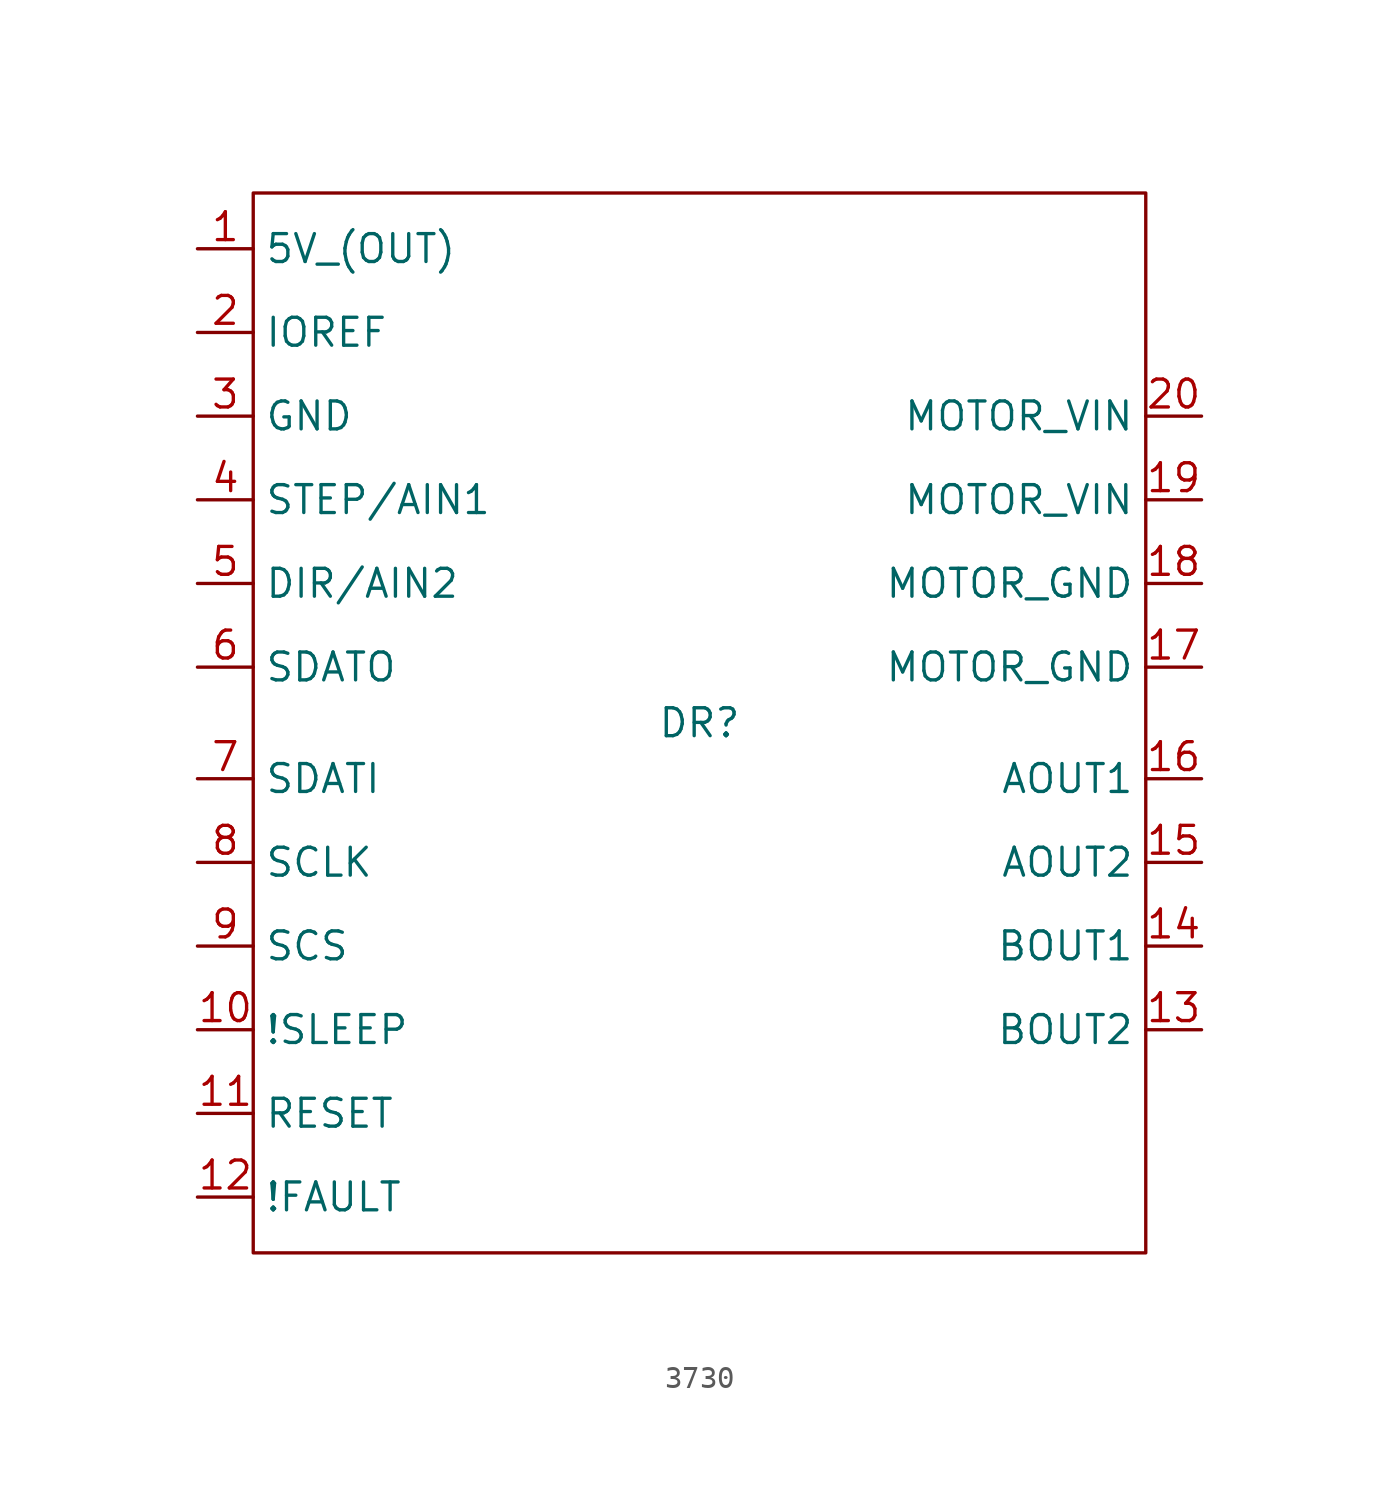
<source format=kicad_sym>
(kicad_symbol_lib
  (version 20220914)
  (generator kicad_symbol_editor)
  (symbol "3730"
    (property "Reference" "DR"
      (at 0 0 0)
      (effects (font (size 1.27 1.27))))
    (property "Value" ""
      (at 0 0 0)
      (effects (font (size 1.27 1.27))))
    (symbol "3730_0_1"
      (rectangle (start -20.32 24.13) (end 20.32 -24.13) (stroke (width 0) (type default)) (fill (type none))))
    (symbol "3730_1_1"
      (pin input line (at -22.86 21.59 0) (length 2.54) (name "5V_(OUT)" (effects (font (size 1.27 1.27)))) (number "1" (effects (font (size 1.27 1.27)))))
      (pin input line (at -22.86 -13.97 0) (length 2.54) (name "!SLEEP" (effects (font (size 1.27 1.27)))) (number "10" (effects (font (size 1.27 1.27)))))
      (pin input line (at -22.86 -17.78 0) (length 2.54) (name "RESET" (effects (font (size 1.27 1.27)))) (number "11" (effects (font (size 1.27 1.27)))))
      (pin input line (at -22.86 -21.59 0) (length 2.54) (name "!FAULT" (effects (font (size 1.27 1.27)))) (number "12" (effects (font (size 1.27 1.27)))))
      (pin input line (at 22.86 -13.97 180) (length 2.54) (name "BOUT2" (effects (font (size 1.27 1.27)))) (number "13" (effects (font (size 1.27 1.27)))))
      (pin input line (at 22.86 -10.16 180) (length 2.54) (name "BOUT1" (effects (font (size 1.27 1.27)))) (number "14" (effects (font (size 1.27 1.27)))))
      (pin input line (at 22.86 -6.35 180) (length 2.54) (name "AOUT2" (effects (font (size 1.27 1.27)))) (number "15" (effects (font (size 1.27 1.27)))))
      (pin input line (at 22.86 -2.54 180) (length 2.54) (name "AOUT1" (effects (font (size 1.27 1.27)))) (number "16" (effects (font (size 1.27 1.27)))))
      (pin input line (at 22.86 2.54 180) (length 2.54) (name "MOTOR_GND" (effects (font (size 1.27 1.27)))) (number "17" (effects (font (size 1.27 1.27)))))
      (pin input line (at 22.86 6.35 180) (length 2.54) (name "MOTOR_GND" (effects (font (size 1.27 1.27)))) (number "18" (effects (font (size 1.27 1.27)))))
      (pin input line (at 22.86 10.16 180) (length 2.54) (name "MOTOR_VIN" (effects (font (size 1.27 1.27)))) (number "19" (effects (font (size 1.27 1.27)))))
      (pin input line (at -22.86 17.78 0) (length 2.54) (name "IOREF" (effects (font (size 1.27 1.27)))) (number "2" (effects (font (size 1.27 1.27)))))
      (pin input line (at 22.86 13.97 180) (length 2.54) (name "MOTOR_VIN" (effects (font (size 1.27 1.27)))) (number "20" (effects (font (size 1.27 1.27)))))
      (pin input line (at -22.86 13.97 0) (length 2.54) (name "GND" (effects (font (size 1.27 1.27)))) (number "3" (effects (font (size 1.27 1.27)))))
      (pin input line (at -22.86 10.16 0) (length 2.54) (name "STEP/AIN1" (effects (font (size 1.27 1.27)))) (number "4" (effects (font (size 1.27 1.27)))))
      (pin input line (at -22.86 6.35 0) (length 2.54) (name "DIR/AIN2" (effects (font (size 1.27 1.27)))) (number "5" (effects (font (size 1.27 1.27)))))
      (pin input line (at -22.86 2.54 0) (length 2.54) (name "SDATO" (effects (font (size 1.27 1.27)))) (number "6" (effects (font (size 1.27 1.27)))))
      (pin input line (at -22.86 -2.54 0) (length 2.54) (name "SDATI" (effects (font (size 1.27 1.27)))) (number "7" (effects (font (size 1.27 1.27)))))
      (pin input line (at -22.86 -6.35 0) (length 2.54) (name "SCLK" (effects (font (size 1.27 1.27)))) (number "8" (effects (font (size 1.27 1.27)))))
      (pin input line (at -22.86 -10.16 0) (length 2.54) (name "SCS" (effects (font (size 1.27 1.27)))) (number "9" (effects (font (size 1.27 1.27))))))))
</source>
